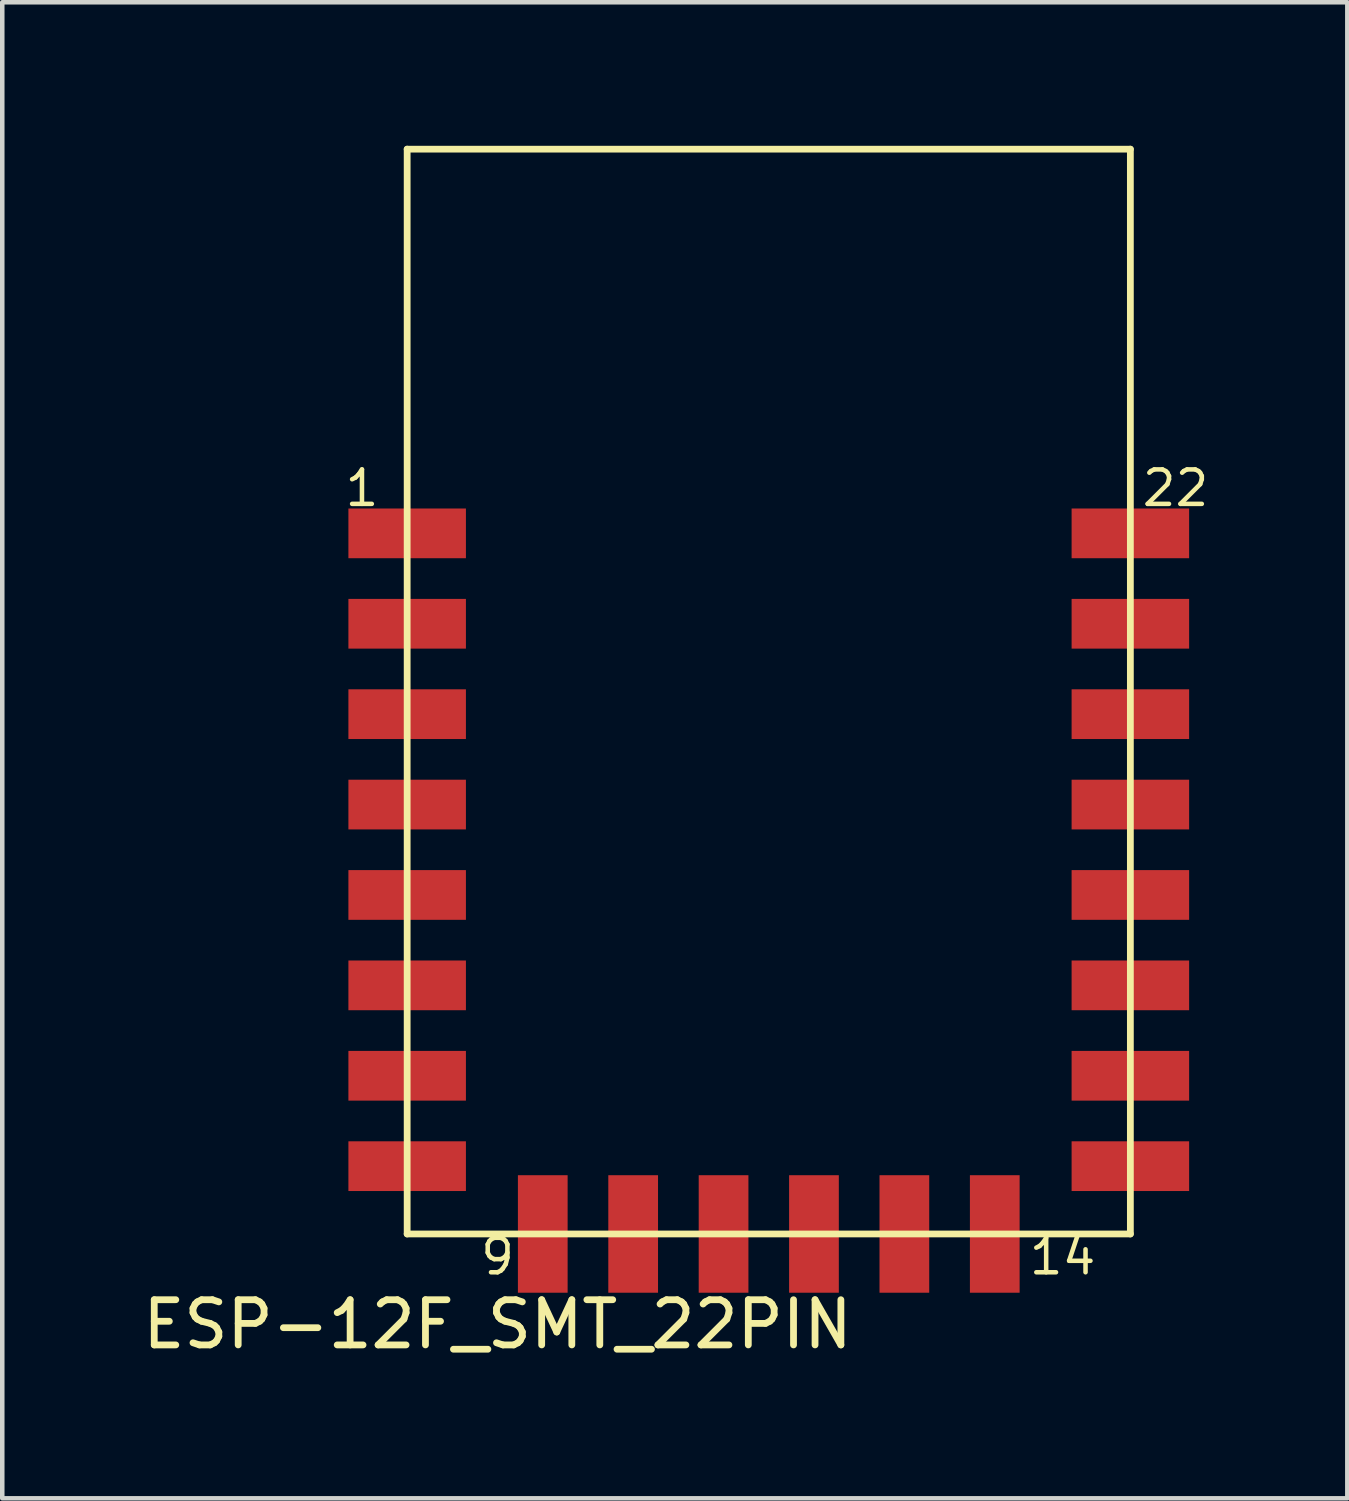
<source format=kicad_pcb>
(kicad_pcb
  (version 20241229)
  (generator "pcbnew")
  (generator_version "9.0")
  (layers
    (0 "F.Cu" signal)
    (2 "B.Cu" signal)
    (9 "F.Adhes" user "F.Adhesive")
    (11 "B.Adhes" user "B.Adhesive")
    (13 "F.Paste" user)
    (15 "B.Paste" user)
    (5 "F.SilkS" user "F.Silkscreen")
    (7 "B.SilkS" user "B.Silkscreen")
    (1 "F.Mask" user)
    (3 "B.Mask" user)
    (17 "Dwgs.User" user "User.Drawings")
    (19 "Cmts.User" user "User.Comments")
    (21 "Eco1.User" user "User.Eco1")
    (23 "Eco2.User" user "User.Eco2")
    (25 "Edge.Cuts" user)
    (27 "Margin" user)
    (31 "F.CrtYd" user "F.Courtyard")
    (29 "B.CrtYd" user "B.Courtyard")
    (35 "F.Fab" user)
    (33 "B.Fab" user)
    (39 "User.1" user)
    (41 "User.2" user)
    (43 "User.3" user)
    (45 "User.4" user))
  (footprint "ESP-12F_SMT_22PIN"
    (layer "F.Cu")
    (at 5.958 0.25)
    (property "Reference" "ESP-12F_SMT_22PIN" (at 2 26 0) (layer "F.SilkS") (effects (font (size 1 1) (thickness 0.15))))
    (attr through_hole)
    (fp_line (start 0 0) (end 0 24) (stroke (width 0.15) (type solid)) (layer "F.SilkS"))
    (fp_line (start 0 0) (end 16 0) (stroke (width 0.15) (type solid)) (layer "F.SilkS"))
    (fp_line (start 0 24) (end 16 24) (stroke (width 0.15) (type solid)) (layer "F.SilkS"))
    (fp_line (start 16 0) (end 16 24) (stroke (width 0.15) (type solid)) (layer "F.SilkS"))
    (fp_text user "1" (at -1 7.5 0) (layer "F.SilkS") (effects (font (size 0.762 0.762) (thickness 0.1))))
    (fp_text user "9" (at 2 24.5 0) (layer "F.SilkS") (effects (font (size 0.762 0.762) (thickness 0.1))))
    (fp_text user "22" (at 17 7.5 0) (layer "F.SilkS") (effects (font (size 0.762 0.762) (thickness 0.1))))
    (fp_text user "14" (at 14.5 24.5 0) (layer "F.SilkS") (effects (font (size 0.762 0.762) (thickness 0.1))))
    (pad "1" smd rect (at 0 8.5 90) (size 1.1 2.6) (layers "F.Cu" "F.Mask" "F.Paste"))
    (pad "2" smd rect (at 0 10.5 90) (size 1.1 2.6) (layers "F.Cu" "F.Mask" "F.Paste"))
    (pad "3" smd rect (at 0 12.5 90) (size 1.1 2.6) (layers "F.Cu" "F.Mask" "F.Paste"))
    (pad "4" smd rect (at 0 14.5 90) (size 1.1 2.6) (layers "F.Cu" "F.Mask" "F.Paste"))
    (pad "5" smd rect (at 0 16.5 90) (size 1.1 2.6) (layers "F.Cu" "F.Mask" "F.Paste"))
    (pad "6" smd rect (at 0 18.5 90) (size 1.1 2.6) (layers "F.Cu" "F.Mask" "F.Paste"))
    (pad "7" smd rect (at 0 20.5 90) (size 1.1 2.6) (layers "F.Cu" "F.Mask" "F.Paste"))
    (pad "8" smd rect (at 0 22.5 90) (size 1.1 2.6) (layers "F.Cu" "F.Mask" "F.Paste"))
    (pad "9" smd rect (at 3 24) (size 1.1 2.6) (layers "F.Cu" "F.Mask" "F.Paste"))
    (pad "10" smd rect (at 5 24) (size 1.1 2.6) (layers "F.Cu" "F.Mask" "F.Paste"))
    (pad "11" smd rect (at 7 24) (size 1.1 2.6) (layers "F.Cu" "F.Mask" "F.Paste"))
    (pad "12" smd rect (at 9 24) (size 1.1 2.6) (layers "F.Cu" "F.Mask" "F.Paste"))
    (pad "13" smd rect (at 11 24) (size 1.1 2.6) (layers "F.Cu" "F.Mask" "F.Paste"))
    (pad "14" smd rect (at 13 24) (size 1.1 2.6) (layers "F.Cu" "F.Mask" "F.Paste"))
    (pad "15" smd rect (at 16 22.5 90) (size 1.1 2.6) (layers "F.Cu" "F.Mask" "F.Paste"))
    (pad "16" smd rect (at 16 20.5 90) (size 1.1 2.6) (layers "F.Cu" "F.Mask" "F.Paste"))
    (pad "17" smd rect (at 16 18.5 90) (size 1.1 2.6) (layers "F.Cu" "F.Mask" "F.Paste"))
    (pad "18" smd rect (at 16 16.5 90) (size 1.1 2.6) (layers "F.Cu" "F.Mask" "F.Paste"))
    (pad "19" smd rect (at 16 14.5 90) (size 1.1 2.6) (layers "F.Cu" "F.Mask" "F.Paste"))
    (pad "20" smd rect (at 16 12.5 90) (size 1.1 2.6) (layers "F.Cu" "F.Mask" "F.Paste"))
    (pad "21" smd rect (at 16 10.5 90) (size 1.1 2.6) (layers "F.Cu" "F.Mask" "F.Paste"))
    (pad "22" smd rect (at 16 8.5 90) (size 1.1 2.6) (layers "F.Cu" "F.Mask" "F.Paste")))
  (gr_rect
    (start -3 -3)
    (end 26.758 30.098)
    (stroke (width 0.1) (type default))
    (fill no)
    (layer "Edge.Cuts")))
</source>
